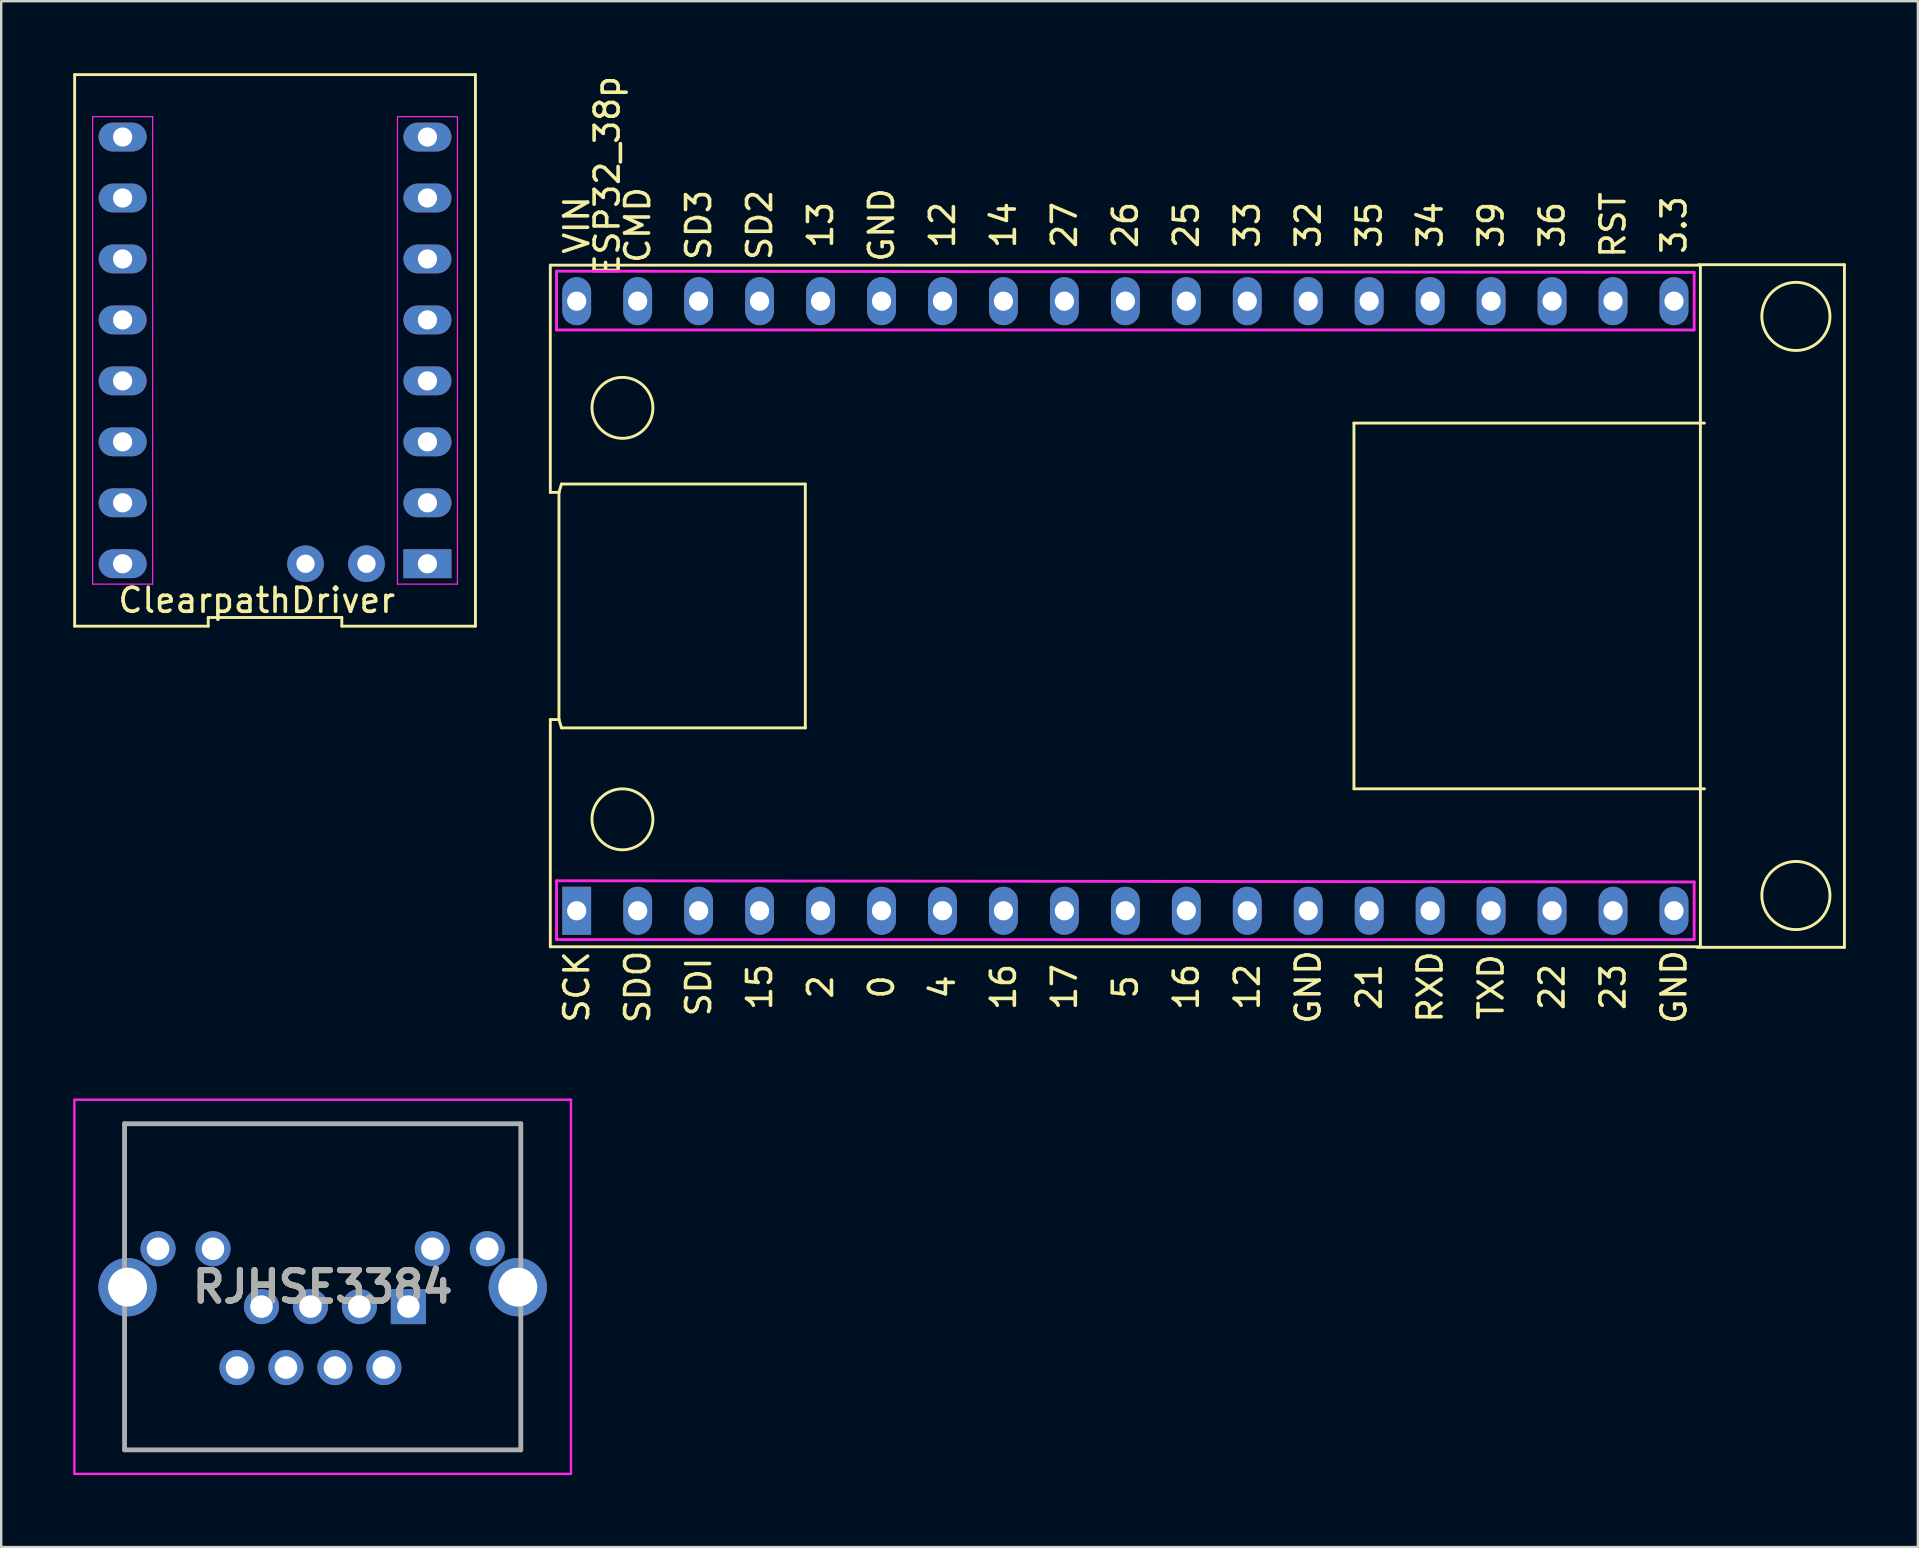
<source format=kicad_pcb>
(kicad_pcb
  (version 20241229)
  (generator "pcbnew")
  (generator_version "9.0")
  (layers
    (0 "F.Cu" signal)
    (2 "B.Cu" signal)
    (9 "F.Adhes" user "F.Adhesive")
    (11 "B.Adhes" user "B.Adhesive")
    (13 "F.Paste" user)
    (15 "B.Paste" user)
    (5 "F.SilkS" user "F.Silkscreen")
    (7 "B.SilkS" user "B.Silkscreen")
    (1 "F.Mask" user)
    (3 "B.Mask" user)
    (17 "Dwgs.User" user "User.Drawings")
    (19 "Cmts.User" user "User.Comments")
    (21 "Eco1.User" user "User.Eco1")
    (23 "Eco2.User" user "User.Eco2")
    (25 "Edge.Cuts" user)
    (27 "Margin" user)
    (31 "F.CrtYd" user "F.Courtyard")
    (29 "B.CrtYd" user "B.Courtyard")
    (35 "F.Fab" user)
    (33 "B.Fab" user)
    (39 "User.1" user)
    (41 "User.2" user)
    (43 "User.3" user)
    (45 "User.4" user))
  (footprint "ClearpathDriver"
    (layer "F.Cu")
    (at 8.41 11.55)
    (property "Reference" "ClearpathDriver" (at -0.762 10.414 180) (layer "F.SilkS") (effects (font (size 1 1) (thickness 0.15))))
    (attr through_hole)
    (fp_line (start -8.35 11.49) (end -2.783 11.49) (stroke (width 0.12) (type solid)) (layer "F.SilkS"))
    (fp_line (start -8.35 -11.49) (end -8.35 11.49) (stroke (width 0.12) (type solid)) (layer "F.SilkS"))
    (fp_line (start -2.783 11.13) (end 2.783 11.13) (stroke (width 0.12) (type solid)) (layer "F.SilkS"))
    (fp_line (start -2.783 11.49) (end -2.783 11.13) (stroke (width 0.12) (type solid)) (layer "F.SilkS"))
    (fp_line (start 2.783 11.13) (end 2.783 11.49) (stroke (width 0.12) (type solid)) (layer "F.SilkS"))
    (fp_line (start 2.783 11.49) (end 8.35 11.49) (stroke (width 0.12) (type solid)) (layer "F.SilkS"))
    (fp_line (start 8.35 11.49) (end 8.35 -11.49) (stroke (width 0.12) (type solid)) (layer "F.SilkS"))
    (fp_line (start 8.35 -11.49) (end -8.35 -11.49) (stroke (width 0.12) (type solid)) (layer "F.SilkS"))
    (fp_line (start -7.6 -9.74) (end -5.1 -9.74) (stroke (width 0.05) (type solid)) (layer "F.CrtYd"))
    (fp_line (start -7.6 9.74) (end -7.6 -9.74) (stroke (width 0.05) (type solid)) (layer "F.CrtYd"))
    (fp_line (start -5.1 -9.74) (end -5.1 9.74) (stroke (width 0.05) (type solid)) (layer "F.CrtYd"))
    (fp_line (start -5.1 9.74) (end -7.6 9.74) (stroke (width 0.05) (type solid)) (layer "F.CrtYd"))
    (fp_line (start 5.1 -9.74) (end 7.6 -9.74) (stroke (width 0.05) (type solid)) (layer "F.CrtYd"))
    (fp_line (start 5.1 9.74) (end 5.1 -9.74) (stroke (width 0.05) (type solid)) (layer "F.CrtYd"))
    (fp_line (start 7.6 -9.74) (end 7.6 9.74) (stroke (width 0.05) (type solid)) (layer "F.CrtYd"))
    (fp_line (start 7.6 9.74) (end 5.1 9.74) (stroke (width 0.05) (type solid)) (layer "F.CrtYd"))
    (pad "1" thru_hole rect (at 6.35 8.89 90) (size 1.2 2) (drill 0.8) (layers "*.Cu" "*.Mask"))
    (pad "2" thru_hole oval (at 6.35 6.35 90) (size 1.2 2) (drill 0.8) (layers "*.Cu" "*.Mask"))
    (pad "3" thru_hole oval (at 6.35 3.81 90) (size 1.2 2) (drill 0.8) (layers "*.Cu" "*.Mask"))
    (pad "4" thru_hole oval (at 6.35 1.27 90) (size 1.2 2) (drill 0.8) (layers "*.Cu" "*.Mask"))
    (pad "5" thru_hole oval (at 6.35 -1.27 90) (size 1.2 2) (drill 0.8) (layers "*.Cu" "*.Mask"))
    (pad "6" thru_hole oval (at 6.35 -3.81 90) (size 1.2 2) (drill 0.8) (layers "*.Cu" "*.Mask"))
    (pad "7" thru_hole oval (at 6.35 -6.35 90) (size 1.2 2) (drill 0.8) (layers "*.Cu" "*.Mask"))
    (pad "8" thru_hole oval (at 6.35 -8.89 90) (size 1.2 2) (drill 0.8) (layers "*.Cu" "*.Mask"))
    (pad "9" thru_hole oval (at -6.35 -8.89 90) (size 1.2 2) (drill 0.8) (layers "*.Cu" "*.Mask"))
    (pad "10" thru_hole oval (at -6.35 -6.35 90) (size 1.2 2) (drill 0.8) (layers "*.Cu" "*.Mask"))
    (pad "11" thru_hole oval (at -6.35 -3.81 90) (size 1.2 2) (drill 0.8) (layers "*.Cu" "*.Mask"))
    (pad "12" thru_hole oval (at -6.35 -1.27 90) (size 1.2 2) (drill 0.8) (layers "*.Cu" "*.Mask"))
    (pad "13" thru_hole oval (at -6.35 1.27 90) (size 1.2 2) (drill 0.8) (layers "*.Cu" "*.Mask"))
    (pad "14" thru_hole oval (at -6.35 3.81 90) (size 1.2 2) (drill 0.8) (layers "*.Cu" "*.Mask"))
    (pad "15" thru_hole oval (at -6.35 6.35 90) (size 1.2 2) (drill 0.8) (layers "*.Cu" "*.Mask"))
    (pad "16" thru_hole oval (at -6.35 8.89 90) (size 1.2 2) (drill 0.8) (layers "*.Cu" "*.Mask"))
    (pad "17" thru_hole circle (at 1.27 8.89) (size 1.524 1.524) (drill 0.762) (layers "*.Cu" "*.Mask"))
    (pad "18" thru_hole circle (at 3.81 8.89) (size 1.524 1.524) (drill 0.762) (layers "*.Cu" "*.Mask")))
  (footprint "ESP32_38p"
    (layer "F.Cu")
    (at 43.84 22.199)
    (property "Reference" "ESP32_38p" (at -21.59 -17.907 90) (layer "F.SilkS") (effects (font (size 1 1) (thickness 0.15))))
    (attr through_hole)
    (fp_line (start -23.96 -14.2) (end -23.96 -4.733) (stroke (width 0.12) (type solid)) (layer "F.SilkS"))
    (fp_line (start -23.96 -4.733) (end -23.6 -4.733) (stroke (width 0.12) (type solid)) (layer "F.SilkS"))
    (fp_line (start -23.96 4.733) (end -23.96 14.2) (stroke (width 0.12) (type solid)) (layer "F.SilkS"))
    (fp_line (start -23.96 14.2) (end 23.96 14.2) (stroke (width 0.12) (type solid)) (layer "F.SilkS"))
    (fp_line (start -23.6 -4.733) (end -23.6 4.733) (stroke (width 0.12) (type solid)) (layer "F.SilkS"))
    (fp_line (start -23.6 -4.733) (end -23.495 -5.08) (stroke (width 0.12) (type solid)) (layer "F.SilkS"))
    (fp_line (start -23.6 4.733) (end -23.96 4.733) (stroke (width 0.12) (type solid)) (layer "F.SilkS"))
    (fp_line (start -23.495 -5.08) (end -13.335 -5.08) (stroke (width 0.12) (type solid)) (layer "F.SilkS"))
    (fp_line (start -23.495 5.08) (end -23.6 4.733) (stroke (width 0.12) (type solid)) (layer "F.SilkS"))
    (fp_line (start -13.335 -5.08) (end -13.335 5.08) (stroke (width 0.12) (type solid)) (layer "F.SilkS"))
    (fp_line (start -13.335 5.08) (end -23.495 5.08) (stroke (width 0.12) (type solid)) (layer "F.SilkS"))
    (fp_line (start 9.525 -7.62) (end 9.525 7.62) (stroke (width 0.12) (type solid)) (layer "F.SilkS"))
    (fp_line (start 9.525 7.62) (end 24.13 7.62) (stroke (width 0.12) (type solid)) (layer "F.SilkS"))
    (fp_line (start 23.881 -14.219) (end 29.962 -14.219) (stroke (width 0.12) (type solid)) (layer "F.SilkS"))
    (fp_line (start 23.96 -14.2) (end -23.96 -14.2) (stroke (width 0.12) (type solid)) (layer "F.SilkS"))
    (fp_line (start 23.96 14.2) (end 23.96 -14.2) (stroke (width 0.12) (type solid)) (layer "F.SilkS"))
    (fp_line (start 24.13 -7.62) (end 9.525 -7.62) (stroke (width 0.12) (type solid)) (layer "F.SilkS"))
    (fp_line (start 29.962 -14.219) (end 29.962 14.224) (stroke (width 0.12) (type solid)) (layer "F.SilkS"))
    (fp_line (start 29.962 14.224) (end 23.825 14.224) (stroke (width 0.12) (type solid)) (layer "F.SilkS"))
    (fp_circle (center -20.955 -8.255) (end -20.955 -9.525) (stroke (width 0.12) (type solid)) (fill no) (layer "F.SilkS"))
    (fp_circle (center -20.955 8.89) (end -20.955 7.62) (stroke (width 0.12) (type solid)) (fill no) (layer "F.SilkS"))
    (fp_circle (center 27.94 -12.065) (end 28.575 -13.335) (stroke (width 0.12) (type solid)) (fill no) (layer "F.SilkS"))
    (fp_circle (center 27.94 12.065) (end 28.575 13.335) (stroke (width 0.12) (type solid)) (fill no) (layer "F.SilkS"))
    (fp_line (start -23.7 -11.5) (end -23.7 -13.95) (stroke (width 0.12) (type solid)) (layer "F.CrtYd"))
    (fp_line (start -23.7 13.9) (end -23.7 11.45) (stroke (width 0.12) (type solid)) (layer "F.CrtYd"))
    (fp_line (start 23.7 -13.9) (end -23.7 -13.95) (stroke (width 0.12) (type solid)) (layer "F.CrtYd"))
    (fp_line (start 23.7 -13.9) (end 23.7 -11.5) (stroke (width 0.12) (type solid)) (layer "F.CrtYd"))
    (fp_line (start 23.7 -11.5) (end -23.7 -11.5) (stroke (width 0.12) (type solid)) (layer "F.CrtYd"))
    (fp_line (start 23.7 11.5) (end -23.7 11.45) (stroke (width 0.12) (type solid)) (layer "F.CrtYd"))
    (fp_line (start 23.7 11.5) (end 23.7 13.9) (stroke (width 0.12) (type solid)) (layer "F.CrtYd"))
    (fp_line (start 23.7 13.9) (end -23.7 13.9) (stroke (width 0.12) (type solid)) (layer "F.CrtYd"))
    (fp_text user "RST" (at 20.32 -15.875 90) (layer "F.SilkS") (effects (font (size 1 1) (thickness 0.15))))
    (fp_text user "26" (at 0 -15.875 90) (layer "F.SilkS") (effects (font (size 1 1) (thickness 0.15))))
    (fp_text user "17" (at -2.54 15.875 90) (layer "F.SilkS") (effects (font (size 1 1) (thickness 0.15))))
    (fp_text user "0" (at -10.16 15.875 90) (layer "F.SilkS") (effects (font (size 1 1) (thickness 0.15))))
    (fp_text user "25" (at 2.54 -15.875 90) (layer "F.SilkS") (effects (font (size 1 1) (thickness 0.15))))
    (fp_text user "27" (at -2.54 -15.875 90) (layer "F.SilkS") (effects (font (size 1 1) (thickness 0.15))))
    (fp_text user "TXD" (at 15.24 15.875 90) (layer "F.SilkS") (effects (font (size 1 1) (thickness 0.15))))
    (fp_text user "36" (at 17.78 -15.875 90) (layer "F.SilkS") (effects (font (size 1 1) (thickness 0.15))))
    (fp_text user "GND" (at 7.62 15.875 90) (layer "F.SilkS") (effects (font (size 1 1) (thickness 0.15))))
    (fp_text user "39" (at 15.24 -15.875 90) (layer "F.SilkS") (effects (font (size 1 1) (thickness 0.15))))
    (fp_text user "34" (at 12.7 -15.875 90) (layer "F.SilkS") (effects (font (size 1 1) (thickness 0.15))))
    (fp_text user "21" (at 10.16 15.875 90) (layer "F.SilkS") (effects (font (size 1 1) (thickness 0.15))))
    (fp_text user "13" (at -12.7 -15.875 90) (layer "F.SilkS") (effects (font (size 1 1) (thickness 0.15))))
    (fp_text user "35" (at 10.16 -15.875 90) (layer "F.SilkS") (effects (font (size 1 1) (thickness 0.15))))
    (fp_text user "2" (at -12.7 15.875 90) (layer "F.SilkS") (effects (font (size 1 1) (thickness 0.15))))
    (fp_text user "12" (at 5.08 15.875 90) (layer "F.SilkS") (effects (font (size 1 1) (thickness 0.15))))
    (fp_text user "GND" (at -10.16 -15.875 90) (layer "F.SilkS") (effects (font (size 1 1) (thickness 0.15))))
    (fp_text user "14" (at -5.08 -15.875 90) (layer "F.SilkS") (effects (font (size 1 1) (thickness 0.15))))
    (fp_text user "33" (at 5.08 -15.875 90) (layer "F.SilkS") (effects (font (size 1 1) (thickness 0.15))))
    (fp_text user "16" (at 2.54 15.875 90) (layer "F.SilkS") (effects (font (size 1 1) (thickness 0.15))))
    (fp_text user "32" (at 7.62 -15.875 90) (layer "F.SilkS") (effects (font (size 1 1) (thickness 0.15))))
    (fp_text user "SDO" (at -20.32 15.875 90) (layer "F.SilkS") (effects (font (size 1 1) (thickness 0.15))))
    (fp_text user "SD2" (at -15.24 -15.875 90) (layer "F.SilkS") (effects (font (size 1 1) (thickness 0.15))))
    (fp_text user "15" (at -15.24 15.875 90) (layer "F.SilkS") (effects (font (size 1 1) (thickness 0.15))))
    (fp_text user "SD3" (at -17.78 -15.875 90) (layer "F.SilkS") (effects (font (size 1 1) (thickness 0.15))))
    (fp_text user "VIN" (at -22.86 -15.875 90) (layer "F.SilkS") (effects (font (size 1 1) (thickness 0.15))))
    (fp_text user "SDI" (at -17.78 15.875 90) (layer "F.SilkS") (effects (font (size 1 1) (thickness 0.15))))
    (fp_text user "GND" (at 22.86 15.875 90) (layer "F.SilkS") (effects (font (size 1 1) (thickness 0.15))))
    (fp_text user "22" (at 17.78 15.875 90) (layer "F.SilkS") (effects (font (size 1 1) (thickness 0.15))))
    (fp_text user "RXD" (at 12.7 15.875 90) (layer "F.SilkS") (effects (font (size 1 1) (thickness 0.15))))
    (fp_text user "3.3" (at 22.86 -15.875 90) (layer "F.SilkS") (effects (font (size 1 1) (thickness 0.15))))
    (fp_text user "SCK" (at -22.86 15.875 90) (layer "F.SilkS") (effects (font (size 1 1) (thickness 0.15))))
    (fp_text user "23" (at 20.32 15.875 90) (layer "F.SilkS") (effects (font (size 1 1) (thickness 0.15))))
    (fp_text user "5" (at 0 15.875 90) (layer "F.SilkS") (effects (font (size 1 1) (thickness 0.15))))
    (fp_text user "16" (at -5.08 15.875 90) (layer "F.SilkS") (effects (font (size 1 1) (thickness 0.15))))
    (fp_text user "12" (at -7.62 -15.875 90) (layer "F.SilkS") (effects (font (size 1 1) (thickness 0.15))))
    (fp_text user "CMD" (at -20.32 -15.875 90) (layer "F.SilkS") (effects (font (size 1 1) (thickness 0.15))))
    (fp_text user "4" (at -7.62 15.875 90) (layer "F.SilkS") (effects (font (size 1 1) (thickness 0.15))))
    (pad "1" thru_hole rect (at -22.86 12.7) (size 1.2 2) (drill 0.8) (layers "*.Cu" "*.Mask"))
    (pad "2" thru_hole oval (at -20.32 12.7) (size 1.2 2) (drill 0.8) (layers "*.Cu" "*.Mask"))
    (pad "3" thru_hole oval (at -17.78 12.7) (size 1.2 2) (drill 0.8) (layers "*.Cu" "*.Mask"))
    (pad "4" thru_hole oval (at -15.24 12.7) (size 1.2 2) (drill 0.8) (layers "*.Cu" "*.Mask"))
    (pad "5" thru_hole oval (at -12.7 12.7) (size 1.2 2) (drill 0.8) (layers "*.Cu" "*.Mask"))
    (pad "6" thru_hole oval (at -10.16 12.7) (size 1.2 2) (drill 0.8) (layers "*.Cu" "*.Mask"))
    (pad "7" thru_hole oval (at -7.62 12.7) (size 1.2 2) (drill 0.8) (layers "*.Cu" "*.Mask"))
    (pad "8" thru_hole oval (at -5.08 12.7) (size 1.2 2) (drill 0.8) (layers "*.Cu" "*.Mask"))
    (pad "9" thru_hole oval (at -2.54 12.7) (size 1.2 2) (drill 0.8) (layers "*.Cu" "*.Mask"))
    (pad "10" thru_hole oval (at 0 12.7) (size 1.2 2) (drill 0.8) (layers "*.Cu" "*.Mask"))
    (pad "11" thru_hole oval (at 2.54 12.7) (size 1.2 2) (drill 0.8) (layers "*.Cu" "*.Mask"))
    (pad "12" thru_hole oval (at 5.08 12.7) (size 1.2 2) (drill 0.8) (layers "*.Cu" "*.Mask"))
    (pad "13" thru_hole oval (at 7.62 12.7) (size 1.2 2) (drill 0.8) (layers "*.Cu" "*.Mask"))
    (pad "14" thru_hole oval (at 10.16 12.7) (size 1.2 2) (drill 0.8) (layers "*.Cu" "*.Mask"))
    (pad "15" thru_hole oval (at 12.7 12.7) (size 1.2 2) (drill 0.8) (layers "*.Cu" "*.Mask"))
    (pad "16" thru_hole oval (at 15.24 12.7) (size 1.2 2) (drill 0.8) (layers "*.Cu" "*.Mask"))
    (pad "17" thru_hole oval (at 17.78 12.7) (size 1.2 2) (drill 0.8) (layers "*.Cu" "*.Mask"))
    (pad "18" thru_hole oval (at 20.32 12.7) (size 1.2 2) (drill 0.8) (layers "*.Cu" "*.Mask"))
    (pad "19" thru_hole oval (at 22.86 12.7) (size 1.2 2) (drill 0.8) (layers "*.Cu" "*.Mask"))
    (pad "20" thru_hole oval (at 22.86 -12.7) (size 1.2 2) (drill 0.8) (layers "*.Cu" "*.Mask"))
    (pad "21" thru_hole oval (at 20.32 -12.7) (size 1.2 2) (drill 0.8) (layers "*.Cu" "*.Mask"))
    (pad "22" thru_hole oval (at 17.78 -12.7) (size 1.2 2) (drill 0.8) (layers "*.Cu" "*.Mask"))
    (pad "23" thru_hole oval (at 15.24 -12.7) (size 1.2 2) (drill 0.8) (layers "*.Cu" "*.Mask"))
    (pad "24" thru_hole oval (at 12.7 -12.7) (size 1.2 2) (drill 0.8) (layers "*.Cu" "*.Mask"))
    (pad "25" thru_hole oval (at 10.16 -12.7) (size 1.2 2) (drill 0.8) (layers "*.Cu" "*.Mask"))
    (pad "26" thru_hole oval (at 7.62 -12.7) (size 1.2 2) (drill 0.8) (layers "*.Cu" "*.Mask"))
    (pad "27" thru_hole oval (at 5.08 -12.7) (size 1.2 2) (drill 0.8) (layers "*.Cu" "*.Mask"))
    (pad "28" thru_hole oval (at 2.54 -12.7) (size 1.2 2) (drill 0.8) (layers "*.Cu" "*.Mask"))
    (pad "29" thru_hole oval (at 0 -12.7) (size 1.2 2) (drill 0.8) (layers "*.Cu" "*.Mask"))
    (pad "30" thru_hole oval (at -2.54 -12.7) (size 1.2 2) (drill 0.8) (layers "*.Cu" "*.Mask"))
    (pad "31" thru_hole oval (at -5.08 -12.7) (size 1.2 2) (drill 0.8) (layers "*.Cu" "*.Mask"))
    (pad "32" thru_hole oval (at -7.62 -12.7) (size 1.2 2) (drill 0.8) (layers "*.Cu" "*.Mask"))
    (pad "33" thru_hole oval (at -10.16 -12.7) (size 1.2 2) (drill 0.8) (layers "*.Cu" "*.Mask"))
    (pad "34" thru_hole oval (at -12.7 -12.7) (size 1.2 2) (drill 0.8) (layers "*.Cu" "*.Mask"))
    (pad "35" thru_hole oval (at -15.24 -12.7) (size 1.2 2) (drill 0.8) (layers "*.Cu" "*.Mask"))
    (pad "36" thru_hole oval (at -17.78 -12.7) (size 1.2 2) (drill 0.8) (layers "*.Cu" "*.Mask"))
    (pad "37" thru_hole oval (at -20.32 -12.7) (size 1.2 2) (drill 0.8) (layers "*.Cu" "*.Mask"))
    (pad "38" thru_hole oval (at -22.86 -12.7) (size 1.2 2) (drill 0.8) (layers "*.Cu" "*.Mask")))
  (footprint "RJHSE3384"
    (layer "F.Cu")
    (at 10.395 57.362)
    (property "Reference" "RJHSE3384" (at 0 -6.795 0) (layer "F.SilkS") (effects (font (size 1.27 1.27) (thickness 0.254))))
    (attr through_hole)
    (fp_line (start -8.255 -13.59) (end 8.255 -13.59) (stroke (width 0.1) (type solid)) (layer "F.SilkS"))
    (fp_line (start -8.255 -9.54) (end -8.255 -13.59) (stroke (width 0.1) (type solid)) (layer "F.SilkS"))
    (fp_line (start -8.255 -5.04) (end -8.255 0) (stroke (width 0.1) (type solid)) (layer "F.SilkS"))
    (fp_line (start -8.255 0) (end 8.255 0) (stroke (width 0.1) (type solid)) (layer "F.SilkS"))
    (fp_line (start 8.255 -13.59) (end 8.255 -9.54) (stroke (width 0.1) (type solid)) (layer "F.SilkS"))
    (fp_line (start 8.255 0) (end 8.255 -5.04) (stroke (width 0.1) (type solid)) (layer "F.SilkS"))
    (fp_line (start -10.345 -14.59) (end 10.345 -14.59) (stroke (width 0.1) (type solid)) (layer "F.CrtYd"))
    (fp_line (start -10.345 1) (end -10.345 -14.59) (stroke (width 0.1) (type solid)) (layer "F.CrtYd"))
    (fp_line (start 10.345 -14.59) (end 10.345 1) (stroke (width 0.1) (type solid)) (layer "F.CrtYd"))
    (fp_line (start 10.345 1) (end -10.345 1) (stroke (width 0.1) (type solid)) (layer "F.CrtYd"))
    (fp_line (start -8.255 -13.59) (end 8.255 -13.59) (stroke (width 0.2) (type solid)) (layer "F.Fab"))
    (fp_line (start -8.255 0) (end -8.255 -13.59) (stroke (width 0.2) (type solid)) (layer "F.Fab"))
    (fp_line (start 8.255 -13.59) (end 8.255 0) (stroke (width 0.2) (type solid)) (layer "F.Fab"))
    (fp_line (start 8.255 0) (end -8.255 0) (stroke (width 0.2) (type solid)) (layer "F.Fab"))
    (fp_text user "${REFERENCE}" (at 0 -6.795 0) (layer "F.Fab") (effects (font (size 1.27 1.27) (thickness 0.254))))
    (pad "" np_thru_hole circle (at -6.35 -2.54) (size 0.001 0.001) (drill 3.3) (layers "*.Cu" "*.Mask"))
    (pad "" np_thru_hole circle (at 6.35 -2.54) (size 0.001 0.001) (drill 3.3) (layers "*.Cu" "*.Mask"))
    (pad "1" thru_hole rect (at 3.57 -5.97) (size 1.462 1.462) (drill 0.94) (layers "*.Cu" "*.Mask"))
    (pad "2" thru_hole circle (at 2.55 -3.43) (size 1.462 1.462) (drill 0.94) (layers "*.Cu" "*.Mask"))
    (pad "3" thru_hole circle (at 1.53 -5.97) (size 1.462 1.462) (drill 0.94) (layers "*.Cu" "*.Mask"))
    (pad "4" thru_hole circle (at 0.51 -3.43) (size 1.462 1.462) (drill 0.94) (layers "*.Cu" "*.Mask"))
    (pad "5" thru_hole circle (at -0.51 -5.97) (size 1.462 1.462) (drill 0.94) (layers "*.Cu" "*.Mask"))
    (pad "6" thru_hole circle (at -1.53 -3.43) (size 1.462 1.462) (drill 0.94) (layers "*.Cu" "*.Mask"))
    (pad "7" thru_hole circle (at -2.55 -5.97) (size 1.462 1.462) (drill 0.94) (layers "*.Cu" "*.Mask"))
    (pad "8" thru_hole circle (at -3.57 -3.43) (size 1.462 1.462) (drill 0.94) (layers "*.Cu" "*.Mask"))
    (pad "9" thru_hole circle (at 6.86 -8.38) (size 1.462 1.462) (drill 0.94) (layers "*.Cu" "*.Mask"))
    (pad "10" thru_hole circle (at 4.57 -8.38) (size 1.462 1.462) (drill 0.94) (layers "*.Cu" "*.Mask"))
    (pad "11" thru_hole circle (at -4.57 -8.38) (size 1.462 1.462) (drill 0.94) (layers "*.Cu" "*.Mask"))
    (pad "12" thru_hole circle (at -6.86 -8.38) (size 1.462 1.462) (drill 0.94) (layers "*.Cu" "*.Mask"))
    (pad "MH1" thru_hole circle (at -8.13 -6.78) (size 2.43 2.43) (drill 1.62) (layers "*.Cu" "*.Mask"))
    (pad "MH2" thru_hole circle (at 8.13 -6.78) (size 2.43 2.43) (drill 1.62) (layers "*.Cu" "*.Mask")))
  (gr_rect
    (start -3 -3)
    (end 76.862 61.412)
    (stroke (width 0.1) (type default))
    (fill no)
    (layer "Edge.Cuts")))
</source>
